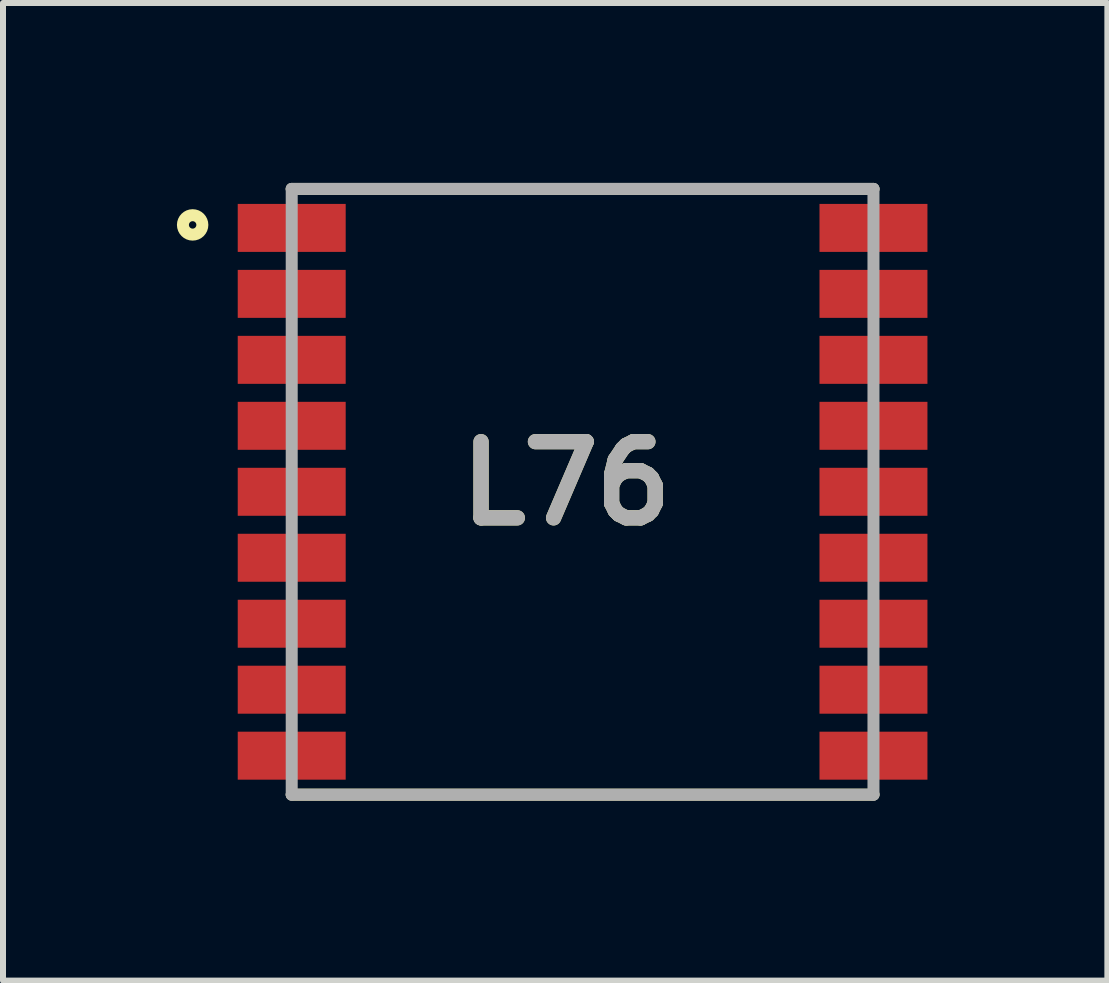
<source format=kicad_pcb>
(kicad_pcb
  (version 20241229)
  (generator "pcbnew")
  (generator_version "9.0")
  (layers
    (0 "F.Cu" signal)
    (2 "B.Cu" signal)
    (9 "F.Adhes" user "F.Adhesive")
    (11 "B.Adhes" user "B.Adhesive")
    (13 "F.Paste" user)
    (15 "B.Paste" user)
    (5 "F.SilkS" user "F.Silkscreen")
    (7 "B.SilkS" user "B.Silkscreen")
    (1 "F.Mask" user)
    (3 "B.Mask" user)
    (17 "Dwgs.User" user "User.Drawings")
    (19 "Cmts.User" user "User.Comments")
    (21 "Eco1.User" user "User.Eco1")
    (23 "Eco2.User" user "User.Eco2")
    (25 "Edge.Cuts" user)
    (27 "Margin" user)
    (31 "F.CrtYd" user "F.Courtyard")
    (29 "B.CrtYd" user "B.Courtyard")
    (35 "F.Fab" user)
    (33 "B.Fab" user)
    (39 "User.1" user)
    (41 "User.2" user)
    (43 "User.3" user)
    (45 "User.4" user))
  (footprint "L76"
    (layer "F.Cu")
    (at 6.664 5.15)
    (property "Reference" "L76" (at -0.272 -0.14 0) (layer "F.SilkS") (effects (font (size 1.27 1.27) (thickness 0.254))))
    (attr smd)
    (fp_line (start -4.85 -5.05) (end 4.85 -5.05) (stroke (width 0.2) (type solid)) (layer "F.SilkS"))
    (fp_line (start 4.85 5.05) (end -4.85 5.05) (stroke (width 0.2) (type solid)) (layer "F.SilkS"))
    (fp_circle (center -6.502 -4.45) (end -6.502 -4.388) (stroke (width 0.2) (type solid)) (fill no) (layer "F.SilkS"))
    (fp_line (start -4.85 -5.05) (end 4.85 -5.05) (stroke (width 0.2) (type solid)) (layer "F.Fab"))
    (fp_line (start -4.85 5.05) (end -4.85 -5.05) (stroke (width 0.2) (type solid)) (layer "F.Fab"))
    (fp_line (start 4.85 -5.05) (end 4.85 5.05) (stroke (width 0.2) (type solid)) (layer "F.Fab"))
    (fp_line (start 4.85 5.05) (end -4.85 5.05) (stroke (width 0.2) (type solid)) (layer "F.Fab"))
    (fp_text user "${REFERENCE}" (at -0.272 -0.14 0) (layer "F.Fab") (effects (font (size 1.27 1.27) (thickness 0.254))))
    (pad "1" smd rect (at -4.85 -4.4 90) (size 0.8 1.8) (layers "F.Cu" "F.Mask" "F.Paste"))
    (pad "2" smd rect (at -4.85 -3.3 90) (size 0.8 1.8) (layers "F.Cu" "F.Mask" "F.Paste"))
    (pad "3" smd rect (at -4.85 -2.2 90) (size 0.8 1.8) (layers "F.Cu" "F.Mask" "F.Paste"))
    (pad "4" smd rect (at -4.85 -1.1 90) (size 0.8 1.8) (layers "F.Cu" "F.Mask" "F.Paste"))
    (pad "5" smd rect (at -4.85 0 90) (size 0.8 1.8) (layers "F.Cu" "F.Mask" "F.Paste"))
    (pad "6" smd rect (at -4.85 1.1 90) (size 0.8 1.8) (layers "F.Cu" "F.Mask" "F.Paste"))
    (pad "7" smd rect (at -4.85 2.2 90) (size 0.8 1.8) (layers "F.Cu" "F.Mask" "F.Paste"))
    (pad "8" smd rect (at -4.85 3.3 90) (size 0.8 1.8) (layers "F.Cu" "F.Mask" "F.Paste"))
    (pad "9" smd rect (at -4.85 4.4 90) (size 0.8 1.8) (layers "F.Cu" "F.Mask" "F.Paste"))
    (pad "10" smd rect (at 4.85 4.4 90) (size 0.8 1.8) (layers "F.Cu" "F.Mask" "F.Paste"))
    (pad "11" smd rect (at 4.85 3.3 90) (size 0.8 1.8) (layers "F.Cu" "F.Mask" "F.Paste"))
    (pad "12" smd rect (at 4.85 2.2 90) (size 0.8 1.8) (layers "F.Cu" "F.Mask" "F.Paste"))
    (pad "13" smd rect (at 4.85 1.1 90) (size 0.8 1.8) (layers "F.Cu" "F.Mask" "F.Paste"))
    (pad "14" smd rect (at 4.85 0 90) (size 0.8 1.8) (layers "F.Cu" "F.Mask" "F.Paste"))
    (pad "15" smd rect (at 4.85 -1.1 90) (size 0.8 1.8) (layers "F.Cu" "F.Mask" "F.Paste"))
    (pad "16" smd rect (at 4.85 -2.2 90) (size 0.8 1.8) (layers "F.Cu" "F.Mask" "F.Paste"))
    (pad "17" smd rect (at 4.85 -3.3 90) (size 0.8 1.8) (layers "F.Cu" "F.Mask" "F.Paste"))
    (pad "18" smd rect (at 4.85 -4.4 90) (size 0.8 1.8) (layers "F.Cu" "F.Mask" "F.Paste")))
  (gr_rect
    (start -3 -3)
    (end 15.414 13.3)
    (stroke (width 0.1) (type default))
    (fill no)
    (layer "Edge.Cuts")))
</source>
